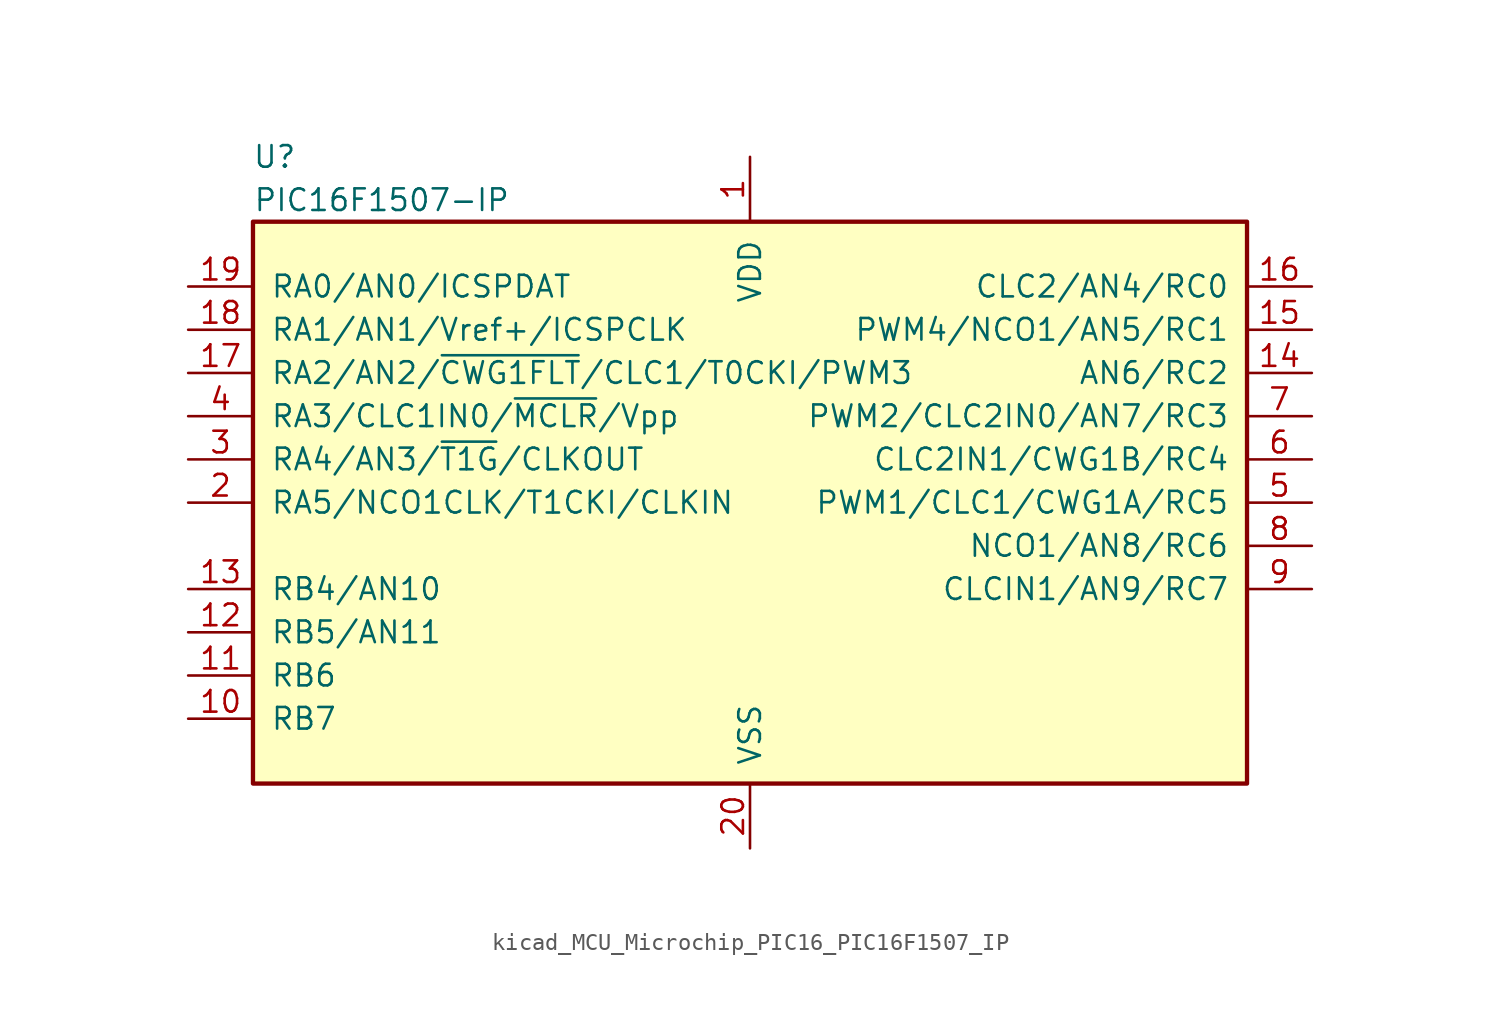
<source format=kicad_sym>
(kicad_symbol_lib
  (version 20220914)
  (generator kicad_symbol_editor)
  (symbol "kicad_MCU_Microchip_PIC16_PIC16F1507_IP"
    (pin_names
      (offset 1.016))
    (property "Reference" "U"
      (at -27.94 20.32 0)
      (effects (font (size 1.27 1.27))))
    (property "Value" "PIC16F1507-IP"
      (at -29.21 17.78 0)
      (effects (font (size 1.27 1.27)) (justify left)))
    (symbol "kicad_MCU_Microchip_PIC16_PIC16F1507_IP_0_1"
      (rectangle (start -29.21 16.51) (end 29.21 -16.51) (stroke (width 0.254) (type default)) (fill (type background))))
    (symbol "kicad_MCU_Microchip_PIC16_PIC16F1507_IP_1_1"
      (pin power_in line (at 0 20.32 270) (length 3.81) (name "VDD" (effects (font (size 1.27 1.27)))) (number "1" (effects (font (size 1.27 1.27)))))
      (pin bidirectional line (at -33.02 -12.7 0) (length 3.81) (name "RB7" (effects (font (size 1.27 1.27)))) (number "10" (effects (font (size 1.27 1.27)))))
      (pin bidirectional line (at -33.02 -10.16 0) (length 3.81) (name "RB6" (effects (font (size 1.27 1.27)))) (number "11" (effects (font (size 1.27 1.27)))))
      (pin bidirectional line (at -33.02 -7.62 0) (length 3.81) (name "RB5/AN11" (effects (font (size 1.27 1.27)))) (number "12" (effects (font (size 1.27 1.27)))))
      (pin bidirectional line (at -33.02 -5.08 0) (length 3.81) (name "RB4/AN10" (effects (font (size 1.27 1.27)))) (number "13" (effects (font (size 1.27 1.27)))))
      (pin bidirectional line (at 33.02 7.62 180) (length 3.81) (name "AN6/RC2" (effects (font (size 1.27 1.27)))) (number "14" (effects (font (size 1.27 1.27)))))
      (pin bidirectional line (at 33.02 10.16 180) (length 3.81) (name "PWM4/NCO1/AN5/RC1" (effects (font (size 1.27 1.27)))) (number "15" (effects (font (size 1.27 1.27)))))
      (pin bidirectional line (at 33.02 12.7 180) (length 3.81) (name "CLC2/AN4/RC0" (effects (font (size 1.27 1.27)))) (number "16" (effects (font (size 1.27 1.27)))))
      (pin bidirectional line (at -33.02 7.62 0) (length 3.81) (name "RA2/AN2/~{CWG1FLT}/CLC1/T0CKI/PWM3" (effects (font (size 1.27 1.27)))) (number "17" (effects (font (size 1.27 1.27)))))
      (pin bidirectional line (at -33.02 10.16 0) (length 3.81) (name "RA1/AN1/Vref+/ICSPCLK" (effects (font (size 1.27 1.27)))) (number "18" (effects (font (size 1.27 1.27)))))
      (pin bidirectional line (at -33.02 12.7 0) (length 3.81) (name "RA0/AN0/ICSPDAT" (effects (font (size 1.27 1.27)))) (number "19" (effects (font (size 1.27 1.27)))))
      (pin bidirectional line (at -33.02 0 0) (length 3.81) (name "RA5/NCO1CLK/T1CKI/CLKIN" (effects (font (size 1.27 1.27)))) (number "2" (effects (font (size 1.27 1.27)))))
      (pin power_in line (at 0 -20.32 90) (length 3.81) (name "VSS" (effects (font (size 1.27 1.27)))) (number "20" (effects (font (size 1.27 1.27)))))
      (pin bidirectional line (at -33.02 2.54 0) (length 3.81) (name "RA4/AN3/~{T1G}/CLKOUT" (effects (font (size 1.27 1.27)))) (number "3" (effects (font (size 1.27 1.27)))))
      (pin input line (at -33.02 5.08 0) (length 3.81) (name "RA3/CLC1IN0/~{MCLR}/Vpp" (effects (font (size 1.27 1.27)))) (number "4" (effects (font (size 1.27 1.27)))))
      (pin bidirectional line (at 33.02 0 180) (length 3.81) (name "PWM1/CLC1/CWG1A/RC5" (effects (font (size 1.27 1.27)))) (number "5" (effects (font (size 1.27 1.27)))))
      (pin bidirectional line (at 33.02 2.54 180) (length 3.81) (name "CLC2IN1/CWG1B/RC4" (effects (font (size 1.27 1.27)))) (number "6" (effects (font (size 1.27 1.27)))))
      (pin bidirectional line (at 33.02 5.08 180) (length 3.81) (name "PWM2/CLC2IN0/AN7/RC3" (effects (font (size 1.27 1.27)))) (number "7" (effects (font (size 1.27 1.27)))))
      (pin bidirectional line (at 33.02 -2.54 180) (length 3.81) (name "NCO1/AN8/RC6" (effects (font (size 1.27 1.27)))) (number "8" (effects (font (size 1.27 1.27)))))
      (pin bidirectional line (at 33.02 -5.08 180) (length 3.81) (name "CLCIN1/AN9/RC7" (effects (font (size 1.27 1.27)))) (number "9" (effects (font (size 1.27 1.27))))))))
</source>
